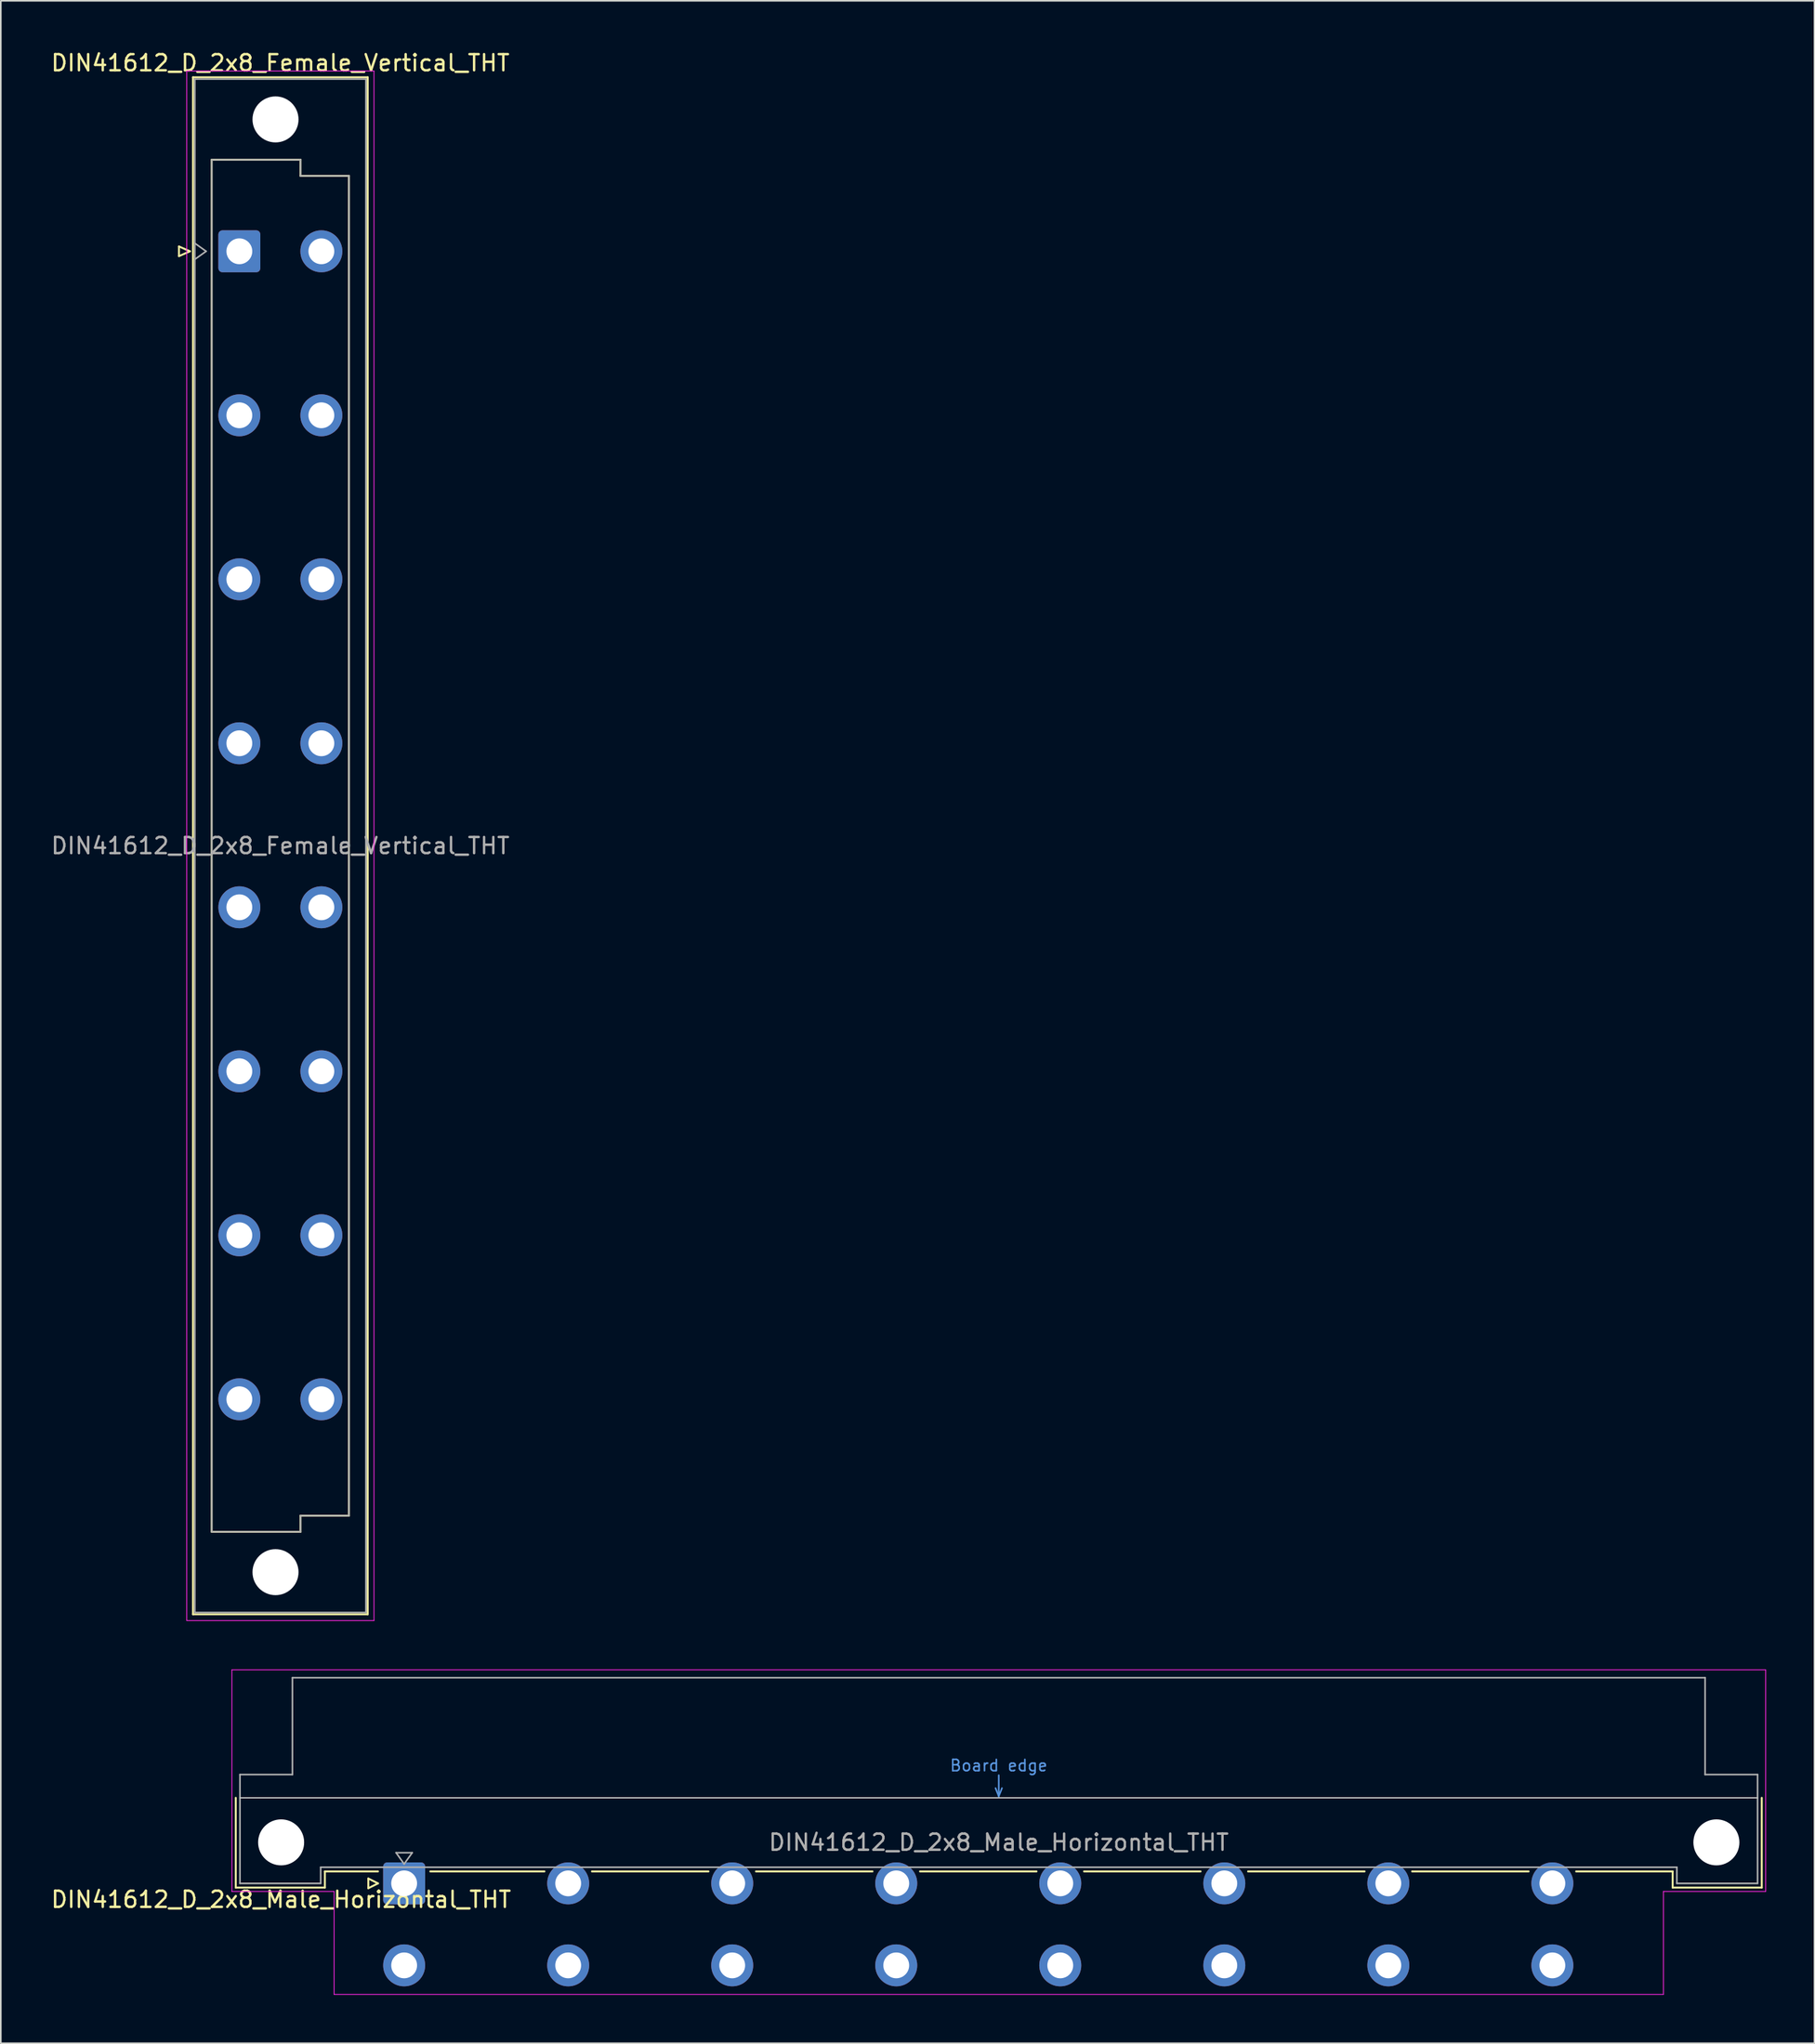
<source format=kicad_pcb>
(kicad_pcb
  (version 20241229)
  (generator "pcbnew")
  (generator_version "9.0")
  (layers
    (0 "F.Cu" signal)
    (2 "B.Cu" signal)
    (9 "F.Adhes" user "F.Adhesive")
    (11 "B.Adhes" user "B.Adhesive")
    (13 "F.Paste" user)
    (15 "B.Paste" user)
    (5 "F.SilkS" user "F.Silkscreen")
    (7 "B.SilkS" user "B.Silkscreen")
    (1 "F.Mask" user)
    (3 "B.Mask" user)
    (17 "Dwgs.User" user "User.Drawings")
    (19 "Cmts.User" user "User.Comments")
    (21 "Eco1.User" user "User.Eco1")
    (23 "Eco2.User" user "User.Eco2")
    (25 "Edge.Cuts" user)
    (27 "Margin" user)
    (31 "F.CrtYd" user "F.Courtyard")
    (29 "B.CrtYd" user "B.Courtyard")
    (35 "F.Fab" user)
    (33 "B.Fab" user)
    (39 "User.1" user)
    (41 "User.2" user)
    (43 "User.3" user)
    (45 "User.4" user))
  (footprint "DIN41612_D_2x8_Male_Horizontal_THT"
    (layer "F.Cu")
    (at 19.443 113.628)
    (property "Reference" "DIN41612_D_2x8_Male_Horizontal_THT" (at -5.08 1 0) (layer "F.SilkS") (effects (font (size 1 1) (thickness 0.15))))
    (attr through_hole)
    (fp_line (start -7.89 -5.3) (end -7.89 0.26) (stroke (width 0.12) (type solid)) (layer "F.SilkS"))
    (fp_line (start -7.89 0.26) (end -2.37 0.26) (stroke (width 0.12) (type solid)) (layer "F.SilkS"))
    (fp_line (start -2.371 -0.74) (end 0.92 -0.74) (stroke (width 0.12) (type solid)) (layer "F.SilkS"))
    (fp_line (start -2.37 0.26) (end -2.37 -0.74) (stroke (width 0.12) (type solid)) (layer "F.SilkS"))
    (fp_line (start 0.32 -0.3) (end 0.32 0.3) (stroke (width 0.12) (type solid)) (layer "F.SilkS"))
    (fp_line (start 0.32 0.3) (end 0.92 0) (stroke (width 0.12) (type solid)) (layer "F.SilkS"))
    (fp_line (start 0.92 0) (end 0.32 -0.3) (stroke (width 0.12) (type solid)) (layer "F.SilkS"))
    (fp_line (start 4.16 -0.74) (end 11.229 -0.74) (stroke (width 0.12) (type solid)) (layer "F.SilkS"))
    (fp_line (start 14.172 -0.74) (end 21.389 -0.74) (stroke (width 0.12) (type solid)) (layer "F.SilkS"))
    (fp_line (start 24.332 -0.74) (end 31.549 -0.74) (stroke (width 0.12) (type solid)) (layer "F.SilkS"))
    (fp_line (start 34.492 -0.74) (end 41.709 -0.74) (stroke (width 0.12) (type solid)) (layer "F.SilkS"))
    (fp_line (start 44.652 -0.74) (end 51.869 -0.74) (stroke (width 0.12) (type solid)) (layer "F.SilkS"))
    (fp_line (start 54.812 -0.74) (end 62.029 -0.74) (stroke (width 0.12) (type solid)) (layer "F.SilkS"))
    (fp_line (start 64.972 -0.74) (end 72.189 -0.74) (stroke (width 0.12) (type solid)) (layer "F.SilkS"))
    (fp_line (start 75.132 -0.74) (end 81.11 -0.74) (stroke (width 0.12) (type solid)) (layer "F.SilkS"))
    (fp_line (start 81.11 0.26) (end 81.11 -0.74) (stroke (width 0.12) (type solid)) (layer "F.SilkS"))
    (fp_line (start 86.63 -5.3) (end 86.63 0.26) (stroke (width 0.12) (type solid)) (layer "F.SilkS"))
    (fp_line (start 86.63 0.26) (end 81.11 0.26) (stroke (width 0.12) (type solid)) (layer "F.SilkS"))
    (fp_line (start -7.63 -5.3) (end 86.37 -5.3) (stroke (width 0.08) (type solid)) (layer "Dwgs.User"))
    (fp_line (start 39.17 -5.9) (end 39.37 -5.4) (stroke (width 0.1) (type solid)) (layer "Cmts.User"))
    (fp_line (start 39.37 -5.4) (end 39.37 -6.7) (stroke (width 0.1) (type solid)) (layer "Cmts.User"))
    (fp_line (start 39.37 -5.4) (end 39.57 -5.9) (stroke (width 0.1) (type solid)) (layer "Cmts.User"))
    (fp_line (start -8.13 -13.23) (end -8.13 0.5) (stroke (width 0.05) (type solid)) (layer "F.CrtYd"))
    (fp_line (start -8.13 0.5) (end -1.8 0.5) (stroke (width 0.05) (type solid)) (layer "F.CrtYd"))
    (fp_line (start -1.8 0.5) (end -1.8 6.88) (stroke (width 0.05) (type solid)) (layer "F.CrtYd"))
    (fp_line (start -1.8 6.88) (end 80.54 6.88) (stroke (width 0.05) (type solid)) (layer "F.CrtYd"))
    (fp_line (start 80.54 0.5) (end 86.87 0.5) (stroke (width 0.05) (type solid)) (layer "F.CrtYd"))
    (fp_line (start 80.54 6.88) (end 80.54 0.5) (stroke (width 0.05) (type solid)) (layer "F.CrtYd"))
    (fp_line (start 86.87 -13.23) (end -8.13 -13.23) (stroke (width 0.05) (type solid)) (layer "F.CrtYd"))
    (fp_line (start 86.87 0.5) (end 86.87 -13.23) (stroke (width 0.05) (type solid)) (layer "F.CrtYd"))
    (fp_line (start -7.63 -6.74) (end -7.63 0) (stroke (width 0.1) (type solid)) (layer "F.Fab"))
    (fp_line (start -7.63 0) (end -2.63 0) (stroke (width 0.1) (type solid)) (layer "F.Fab"))
    (fp_line (start -4.38 -12.74) (end -4.38 -6.74) (stroke (width 0.1) (type solid)) (layer "F.Fab"))
    (fp_line (start -4.38 -6.74) (end -7.63 -6.74) (stroke (width 0.1) (type solid)) (layer "F.Fab"))
    (fp_line (start -2.63 -1) (end 81.37 -1) (stroke (width 0.1) (type solid)) (layer "F.Fab"))
    (fp_line (start -2.63 0) (end -2.63 -1) (stroke (width 0.1) (type solid)) (layer "F.Fab"))
    (fp_line (start 2.04 -1.9) (end 3.04 -1.9) (stroke (width 0.1) (type solid)) (layer "F.Fab"))
    (fp_line (start 2.54 -1.2) (end 2.04 -1.9) (stroke (width 0.1) (type solid)) (layer "F.Fab"))
    (fp_line (start 3.04 -1.9) (end 2.54 -1.2) (stroke (width 0.1) (type solid)) (layer "F.Fab"))
    (fp_line (start 81.37 -1) (end 81.37 0) (stroke (width 0.1) (type solid)) (layer "F.Fab"))
    (fp_line (start 81.37 0) (end 86.37 0) (stroke (width 0.1) (type solid)) (layer "F.Fab"))
    (fp_line (start 83.12 -12.74) (end -4.38 -12.74) (stroke (width 0.1) (type solid)) (layer "F.Fab"))
    (fp_line (start 83.12 -6.74) (end 83.12 -12.74) (stroke (width 0.1) (type solid)) (layer "F.Fab"))
    (fp_line (start 86.37 -6.74) (end 83.12 -6.74) (stroke (width 0.1) (type solid)) (layer "F.Fab"))
    (fp_line (start 86.37 0) (end 86.37 -6.74) (stroke (width 0.1) (type solid)) (layer "F.Fab"))
    (fp_text user "Board edge" (at 39.37 -7.3 0) (layer "Cmts.User") (effects (font (size 0.7 0.7) (thickness 0.1))))
    (fp_text user "${REFERENCE}" (at 39.37 -2.54 0) (layer "F.Fab") (effects (font (size 1 1) (thickness 0.15))))
    (pad "" np_thru_hole circle (at -5.08 -2.54) (size 2.85 2.85) (drill 2.85) (layers "*.Cu" "*.Mask"))
    (pad "" np_thru_hole circle (at 83.82 -2.54) (size 2.85 2.85) (drill 2.85) (layers "*.Cu" "*.Mask"))
    (pad "a2" thru_hole roundrect (at 2.54 0) (size 2.6 2.6) (drill 1.6) (layers "*.Cu" "*.Mask") (roundrect_rratio 0.096))
    (pad "a6" thru_hole circle (at 12.7 0) (size 2.6 2.6) (drill 1.6) (layers "*.Cu" "*.Mask"))
    (pad "a10" thru_hole circle (at 22.86 0) (size 2.6 2.6) (drill 1.6) (layers "*.Cu" "*.Mask"))
    (pad "a14" thru_hole circle (at 33.02 0) (size 2.6 2.6) (drill 1.6) (layers "*.Cu" "*.Mask"))
    (pad "a18" thru_hole circle (at 43.18 0) (size 2.6 2.6) (drill 1.6) (layers "*.Cu" "*.Mask"))
    (pad "a22" thru_hole circle (at 53.34 0) (size 2.6 2.6) (drill 1.6) (layers "*.Cu" "*.Mask"))
    (pad "a26" thru_hole circle (at 63.5 0) (size 2.6 2.6) (drill 1.6) (layers "*.Cu" "*.Mask"))
    (pad "a30" thru_hole circle (at 73.66 0) (size 2.6 2.6) (drill 1.6) (layers "*.Cu" "*.Mask"))
    (pad "c2" thru_hole circle (at 2.54 5.08) (size 2.6 2.6) (drill 1.6) (layers "*.Cu" "*.Mask"))
    (pad "c6" thru_hole circle (at 12.7 5.08) (size 2.6 2.6) (drill 1.6) (layers "*.Cu" "*.Mask"))
    (pad "c10" thru_hole circle (at 22.86 5.08) (size 2.6 2.6) (drill 1.6) (layers "*.Cu" "*.Mask"))
    (pad "c14" thru_hole circle (at 33.02 5.08) (size 2.6 2.6) (drill 1.6) (layers "*.Cu" "*.Mask"))
    (pad "c18" thru_hole circle (at 43.18 5.08) (size 2.6 2.6) (drill 1.6) (layers "*.Cu" "*.Mask"))
    (pad "c22" thru_hole circle (at 53.34 5.08) (size 2.6 2.6) (drill 1.6) (layers "*.Cu" "*.Mask"))
    (pad "c26" thru_hole circle (at 63.5 5.08) (size 2.6 2.6) (drill 1.6) (layers "*.Cu" "*.Mask"))
    (pad "c30" thru_hole circle (at 73.66 5.08) (size 2.6 2.6) (drill 1.6) (layers "*.Cu" "*.Mask")))
  (footprint "DIN41612_D_2x8_Female_Vertical_THT"
    (layer "F.Cu")
    (at 11.775 9.978)
    (property "Reference" "DIN41612_D_2x8_Female_Vertical_THT" (at 2.54 -9.13 0) (layer "F.SilkS") (effects (font (size 1 1) (thickness 0.15))))
    (attr through_hole)
    (fp_line (start -3.74 2.24) (end -3.74 2.84) (stroke (width 0.12) (type solid)) (layer "F.SilkS"))
    (fp_line (start -3.74 2.84) (end -3.06 2.54) (stroke (width 0.12) (type solid)) (layer "F.SilkS"))
    (fp_line (start -3.06 2.54) (end -3.74 2.24) (stroke (width 0.12) (type solid)) (layer "F.SilkS"))
    (fp_line (start -2.87 -8.24) (end 7.95 -8.24) (stroke (width 0.12) (type solid)) (layer "F.SilkS"))
    (fp_line (start -2.87 86.98) (end -2.87 -8.24) (stroke (width 0.12) (type solid)) (layer "F.SilkS"))
    (fp_line (start -1.71 -3.131) (end 3.79 -3.131) (stroke (width 0.12) (type solid)) (layer "F.SilkS"))
    (fp_line (start -1.71 81.87) (end -1.71 -3.131) (stroke (width 0.12) (type solid)) (layer "F.SilkS"))
    (fp_line (start 3.79 -3.131) (end 3.79 -2.131) (stroke (width 0.12) (type solid)) (layer "F.SilkS"))
    (fp_line (start 3.79 -2.131) (end 6.79 -2.131) (stroke (width 0.12) (type solid)) (layer "F.SilkS"))
    (fp_line (start 3.79 80.87) (end 3.79 81.87) (stroke (width 0.12) (type solid)) (layer "F.SilkS"))
    (fp_line (start 3.79 81.87) (end -1.71 81.87) (stroke (width 0.12) (type solid)) (layer "F.SilkS"))
    (fp_line (start 6.79 -2.131) (end 6.79 80.87) (stroke (width 0.12) (type solid)) (layer "F.SilkS"))
    (fp_line (start 6.79 80.87) (end 3.79 80.87) (stroke (width 0.12) (type solid)) (layer "F.SilkS"))
    (fp_line (start 7.95 -8.24) (end 7.95 86.98) (stroke (width 0.12) (type solid)) (layer "F.SilkS"))
    (fp_line (start 7.95 86.98) (end -2.87 86.98) (stroke (width 0.12) (type solid)) (layer "F.SilkS"))
    (fp_line (start -3.26 -8.63) (end 8.34 -8.63) (stroke (width 0.05) (type solid)) (layer "F.CrtYd"))
    (fp_line (start -3.26 87.37) (end -3.26 -8.63) (stroke (width 0.05) (type solid)) (layer "F.CrtYd"))
    (fp_line (start 8.34 -8.63) (end 8.34 87.37) (stroke (width 0.05) (type solid)) (layer "F.CrtYd"))
    (fp_line (start 8.34 87.37) (end -3.26 87.37) (stroke (width 0.05) (type solid)) (layer "F.CrtYd"))
    (fp_line (start -2.76 -8.13) (end 7.84 -8.13) (stroke (width 0.1) (type solid)) (layer "F.Fab"))
    (fp_line (start -2.76 2.04) (end -2.06 2.54) (stroke (width 0.1) (type solid)) (layer "F.Fab"))
    (fp_line (start -2.76 86.87) (end -2.76 -8.13) (stroke (width 0.1) (type solid)) (layer "F.Fab"))
    (fp_line (start -2.06 2.54) (end -2.76 3.04) (stroke (width 0.1) (type solid)) (layer "F.Fab"))
    (fp_line (start -1.71 -3.13) (end 3.79 -3.13) (stroke (width 0.1) (type solid)) (layer "F.Fab"))
    (fp_line (start -1.71 81.87) (end -1.71 -3.13) (stroke (width 0.1) (type solid)) (layer "F.Fab"))
    (fp_line (start 3.79 -3.13) (end 3.79 -2.13) (stroke (width 0.1) (type solid)) (layer "F.Fab"))
    (fp_line (start 3.79 -2.13) (end 6.79 -2.13) (stroke (width 0.1) (type solid)) (layer "F.Fab"))
    (fp_line (start 3.79 80.87) (end 3.79 81.87) (stroke (width 0.1) (type solid)) (layer "F.Fab"))
    (fp_line (start 3.79 81.87) (end -1.71 81.87) (stroke (width 0.1) (type solid)) (layer "F.Fab"))
    (fp_line (start 6.79 -2.13) (end 6.79 80.87) (stroke (width 0.1) (type solid)) (layer "F.Fab"))
    (fp_line (start 6.79 80.87) (end 3.79 80.87) (stroke (width 0.1) (type solid)) (layer "F.Fab"))
    (fp_line (start 7.84 -8.13) (end 7.84 86.87) (stroke (width 0.1) (type solid)) (layer "F.Fab"))
    (fp_line (start 7.84 86.87) (end -2.76 86.87) (stroke (width 0.1) (type solid)) (layer "F.Fab"))
    (fp_text user "${REFERENCE}" (at 2.54 39.37 0) (layer "F.Fab") (effects (font (size 1 1) (thickness 0.15))))
    (pad "" np_thru_hole circle (at 2.24 -5.63) (size 2.85 2.85) (drill 2.85) (layers "*.Cu" "*.Mask"))
    (pad "" np_thru_hole circle (at 2.24 84.37) (size 2.85 2.85) (drill 2.85) (layers "*.Cu" "*.Mask"))
    (pad "a2" thru_hole roundrect (at 0 2.54) (size 2.6 2.6) (drill 1.6) (layers "*.Cu" "*.Mask") (roundrect_rratio 0.096))
    (pad "a6" thru_hole circle (at 0 12.7) (size 2.6 2.6) (drill 1.6) (layers "*.Cu" "*.Mask"))
    (pad "a10" thru_hole circle (at 0 22.86) (size 2.6 2.6) (drill 1.6) (layers "*.Cu" "*.Mask"))
    (pad "a14" thru_hole circle (at 0 33.02) (size 2.6 2.6) (drill 1.6) (layers "*.Cu" "*.Mask"))
    (pad "a18" thru_hole circle (at 0 43.18) (size 2.6 2.6) (drill 1.6) (layers "*.Cu" "*.Mask"))
    (pad "a22" thru_hole circle (at 0 53.34) (size 2.6 2.6) (drill 1.6) (layers "*.Cu" "*.Mask"))
    (pad "a26" thru_hole circle (at 0 63.5) (size 2.6 2.6) (drill 1.6) (layers "*.Cu" "*.Mask"))
    (pad "a30" thru_hole circle (at 0 73.66) (size 2.6 2.6) (drill 1.6) (layers "*.Cu" "*.Mask"))
    (pad "c2" thru_hole circle (at 5.08 2.54) (size 2.6 2.6) (drill 1.6) (layers "*.Cu" "*.Mask"))
    (pad "c6" thru_hole circle (at 5.08 12.7) (size 2.6 2.6) (drill 1.6) (layers "*.Cu" "*.Mask"))
    (pad "c10" thru_hole circle (at 5.08 22.86) (size 2.6 2.6) (drill 1.6) (layers "*.Cu" "*.Mask"))
    (pad "c14" thru_hole circle (at 5.08 33.02) (size 2.6 2.6) (drill 1.6) (layers "*.Cu" "*.Mask"))
    (pad "c18" thru_hole circle (at 5.08 43.18) (size 2.6 2.6) (drill 1.6) (layers "*.Cu" "*.Mask"))
    (pad "c22" thru_hole circle (at 5.08 53.34) (size 2.6 2.6) (drill 1.6) (layers "*.Cu" "*.Mask"))
    (pad "c26" thru_hole circle (at 5.08 63.5) (size 2.6 2.6) (drill 1.6) (layers "*.Cu" "*.Mask"))
    (pad "c30" thru_hole circle (at 5.08 73.66) (size 2.6 2.6) (drill 1.6) (layers "*.Cu" "*.Mask")))
  (gr_rect
    (start -3 -3)
    (end 109.338 123.533)
    (stroke (width 0.1) (type default))
    (fill no)
    (layer "Edge.Cuts")))
</source>
